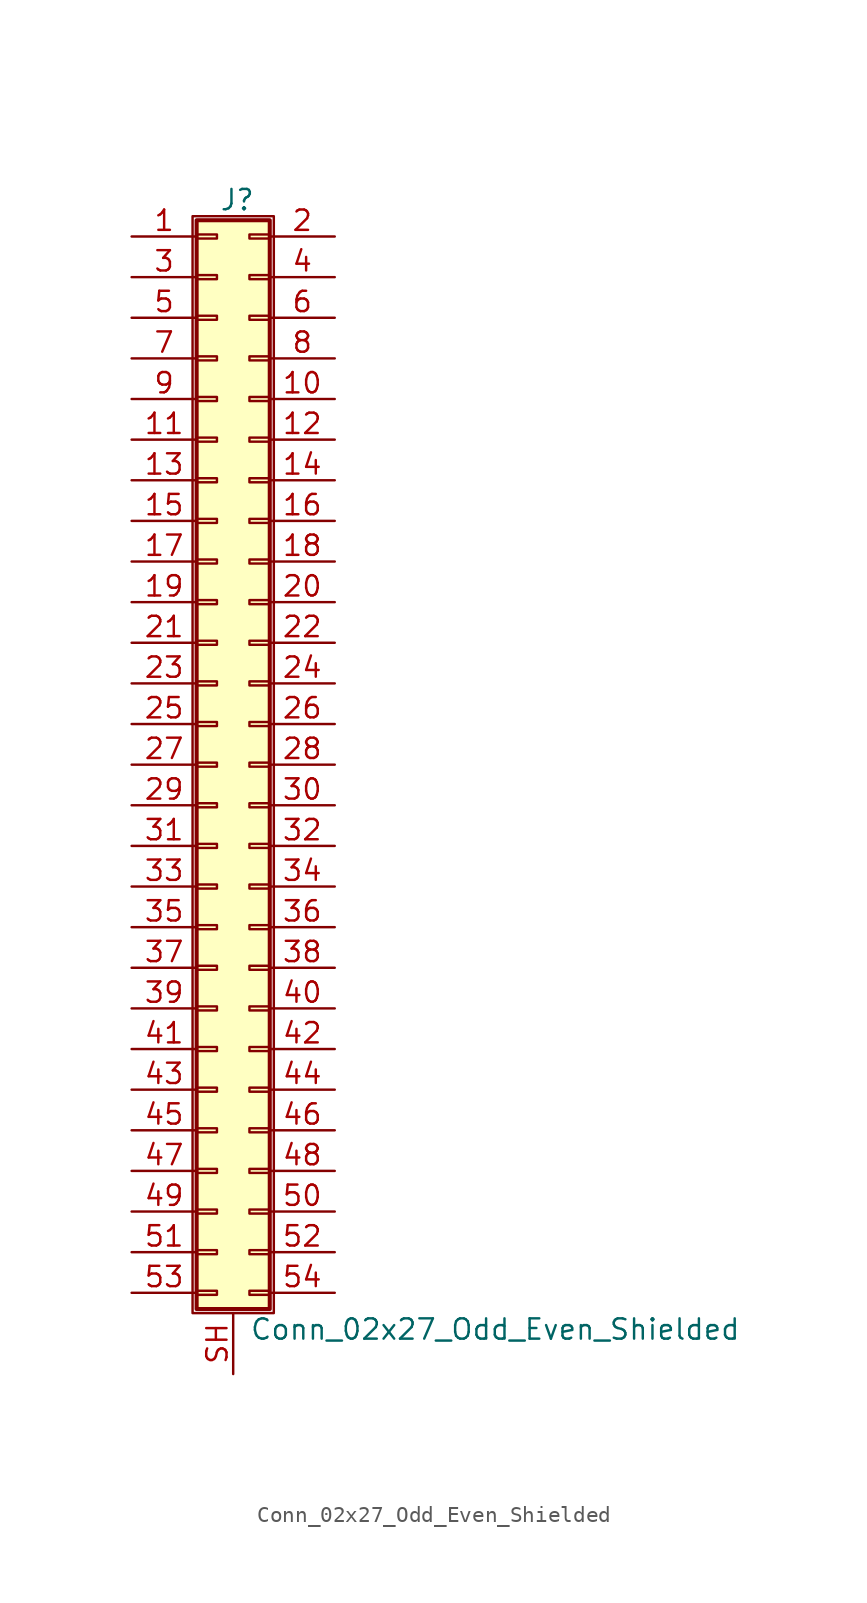
<source format=kicad_sym>
(kicad_symbol_lib
  (version 20201005)
  (generator kicad_symbol_editor)
  (symbol "Connector_Generic_Shielded:Conn_02x27_Odd_Even_Shielded"
    (pin_names
      (offset 1.016) hide)
    (property "Reference" "J"
      (at 1.524 35.306 0)
      (effects (font (size 1.27 1.27))))
    (property "Value" "Conn_02x27_Odd_Even_Shielded"
      (at 2.286 -35.306 0)
      (effects (font (size 1.27 1.27)) (justify left)))
    (symbol "Conn_02x27_Odd_Even_Shielded_1_1"
      (rectangle (start -1.016 -27.813) (end 0.254 -28.067) (stroke (width 0.152)) (fill (type none)))
      (rectangle (start -1.016 -30.353) (end 0.254 -30.607) (stroke (width 0.152)) (fill (type none)))
      (rectangle (start -1.016 -32.893) (end 0.254 -33.147) (stroke (width 0.152)) (fill (type none)))
      (rectangle (start -1.016 -4.953) (end 0.254 -5.207) (stroke (width 0.152)) (fill (type none)))
      (rectangle (start -1.016 -7.493) (end 0.254 -7.747) (stroke (width 0.152)) (fill (type none)))
      (rectangle (start -1.016 -10.033) (end 0.254 -10.287) (stroke (width 0.152)) (fill (type none)))
      (rectangle (start -1.016 -12.573) (end 0.254 -12.827) (stroke (width 0.152)) (fill (type none)))
      (rectangle (start -1.016 -15.113) (end 0.254 -15.367) (stroke (width 0.152)) (fill (type none)))
      (rectangle (start -1.016 -17.653) (end 0.254 -17.907) (stroke (width 0.152)) (fill (type none)))
      (rectangle (start -1.016 -20.193) (end 0.254 -20.447) (stroke (width 0.152)) (fill (type none)))
      (rectangle (start -1.016 -22.733) (end 0.254 -22.987) (stroke (width 0.152)) (fill (type none)))
      (rectangle (start -1.016 -2.413) (end 0.254 -2.667) (stroke (width 0.152)) (fill (type none)))
      (rectangle (start -1.016 -25.273) (end 0.254 -25.527) (stroke (width 0.152)) (fill (type none)))
      (rectangle (start -1.016 25.527) (end 0.254 25.273) (stroke (width 0.152)) (fill (type none)))
      (rectangle (start -1.016 2.667) (end 0.254 2.413) (stroke (width 0.152)) (fill (type none)))
      (rectangle (start -1.016 28.067) (end 0.254 27.813) (stroke (width 0.152)) (fill (type none)))
      (rectangle (start -1.016 30.607) (end 0.254 30.353) (stroke (width 0.152)) (fill (type none)))
      (rectangle (start -1.016 33.147) (end 0.254 32.893) (stroke (width 0.152)) (fill (type none)))
      (rectangle (start -1.016 34.036) (end 3.556 -34.036) (stroke (width 0.254)) (fill (type background)))
      (rectangle (start -1.016 5.207) (end 0.254 4.953) (stroke (width 0.152)) (fill (type none)))
      (rectangle (start -1.016 7.747) (end 0.254 7.493) (stroke (width 0.152)) (fill (type none)))
      (rectangle (start -1.016 10.287) (end 0.254 10.033) (stroke (width 0.152)) (fill (type none)))
      (rectangle (start -1.016 0.127) (end 0.254 -0.127) (stroke (width 0.152)) (fill (type none)))
      (rectangle (start -1.016 12.827) (end 0.254 12.573) (stroke (width 0.152)) (fill (type none)))
      (rectangle (start -1.016 15.367) (end 0.254 15.113) (stroke (width 0.152)) (fill (type none)))
      (rectangle (start -1.016 17.907) (end 0.254 17.653) (stroke (width 0.152)) (fill (type none)))
      (rectangle (start -1.016 20.447) (end 0.254 20.193) (stroke (width 0.152)) (fill (type none)))
      (rectangle (start -1.016 22.987) (end 0.254 22.733) (stroke (width 0.152)) (fill (type none)))
      (rectangle (start -1.27 34.29) (end 3.81 -34.29) (stroke (width 0.152)) (fill (type none)))
      (rectangle (start 3.556 -27.813) (end 2.286 -28.067) (stroke (width 0.152)) (fill (type none)))
      (rectangle (start 3.556 -30.353) (end 2.286 -30.607) (stroke (width 0.152)) (fill (type none)))
      (rectangle (start 3.556 -32.893) (end 2.286 -33.147) (stroke (width 0.152)) (fill (type none)))
      (rectangle (start 3.556 -4.953) (end 2.286 -5.207) (stroke (width 0.152)) (fill (type none)))
      (rectangle (start 3.556 -7.493) (end 2.286 -7.747) (stroke (width 0.152)) (fill (type none)))
      (rectangle (start 3.556 -10.033) (end 2.286 -10.287) (stroke (width 0.152)) (fill (type none)))
      (rectangle (start 3.556 -12.573) (end 2.286 -12.827) (stroke (width 0.152)) (fill (type none)))
      (rectangle (start 3.556 -15.113) (end 2.286 -15.367) (stroke (width 0.152)) (fill (type none)))
      (rectangle (start 3.556 -17.653) (end 2.286 -17.907) (stroke (width 0.152)) (fill (type none)))
      (rectangle (start 3.556 -20.193) (end 2.286 -20.447) (stroke (width 0.152)) (fill (type none)))
      (rectangle (start 3.556 -22.733) (end 2.286 -22.987) (stroke (width 0.152)) (fill (type none)))
      (rectangle (start 3.556 -2.413) (end 2.286 -2.667) (stroke (width 0.152)) (fill (type none)))
      (rectangle (start 3.556 -25.273) (end 2.286 -25.527) (stroke (width 0.152)) (fill (type none)))
      (rectangle (start 3.556 25.527) (end 2.286 25.273) (stroke (width 0.152)) (fill (type none)))
      (rectangle (start 3.556 2.667) (end 2.286 2.413) (stroke (width 0.152)) (fill (type none)))
      (rectangle (start 3.556 28.067) (end 2.286 27.813) (stroke (width 0.152)) (fill (type none)))
      (rectangle (start 3.556 30.607) (end 2.286 30.353) (stroke (width 0.152)) (fill (type none)))
      (rectangle (start 3.556 33.147) (end 2.286 32.893) (stroke (width 0.152)) (fill (type none)))
      (rectangle (start 3.556 5.207) (end 2.286 4.953) (stroke (width 0.152)) (fill (type none)))
      (rectangle (start 3.556 7.747) (end 2.286 7.493) (stroke (width 0.152)) (fill (type none)))
      (rectangle (start 3.556 10.287) (end 2.286 10.033) (stroke (width 0.152)) (fill (type none)))
      (rectangle (start 3.556 0.127) (end 2.286 -0.127) (stroke (width 0.152)) (fill (type none)))
      (rectangle (start 3.556 12.827) (end 2.286 12.573) (stroke (width 0.152)) (fill (type none)))
      (rectangle (start 3.556 15.367) (end 2.286 15.113) (stroke (width 0.152)) (fill (type none)))
      (rectangle (start 3.556 17.907) (end 2.286 17.653) (stroke (width 0.152)) (fill (type none)))
      (rectangle (start 3.556 20.447) (end 2.286 20.193) (stroke (width 0.152)) (fill (type none)))
      (rectangle (start 3.556 22.987) (end 2.286 22.733) (stroke (width 0.152)) (fill (type none)))
      (pin passive line (at -5.08 33.02 0) (length 4.064) (name "Pin_1" (effects (font (size 1.27 1.27)))) (number "1" (effects (font (size 1.27 1.27)))))
      (pin passive line (at 7.62 22.86 180) (length 4.064) (name "Pin_10" (effects (font (size 1.27 1.27)))) (number "10" (effects (font (size 1.27 1.27)))))
      (pin passive line (at -5.08 20.32 0) (length 4.064) (name "Pin_11" (effects (font (size 1.27 1.27)))) (number "11" (effects (font (size 1.27 1.27)))))
      (pin passive line (at 7.62 20.32 180) (length 4.064) (name "Pin_12" (effects (font (size 1.27 1.27)))) (number "12" (effects (font (size 1.27 1.27)))))
      (pin passive line (at -5.08 17.78 0) (length 4.064) (name "Pin_13" (effects (font (size 1.27 1.27)))) (number "13" (effects (font (size 1.27 1.27)))))
      (pin passive line (at 7.62 17.78 180) (length 4.064) (name "Pin_14" (effects (font (size 1.27 1.27)))) (number "14" (effects (font (size 1.27 1.27)))))
      (pin passive line (at -5.08 15.24 0) (length 4.064) (name "Pin_15" (effects (font (size 1.27 1.27)))) (number "15" (effects (font (size 1.27 1.27)))))
      (pin passive line (at 7.62 15.24 180) (length 4.064) (name "Pin_16" (effects (font (size 1.27 1.27)))) (number "16" (effects (font (size 1.27 1.27)))))
      (pin passive line (at -5.08 12.7 0) (length 4.064) (name "Pin_17" (effects (font (size 1.27 1.27)))) (number "17" (effects (font (size 1.27 1.27)))))
      (pin passive line (at 7.62 12.7 180) (length 4.064) (name "Pin_18" (effects (font (size 1.27 1.27)))) (number "18" (effects (font (size 1.27 1.27)))))
      (pin passive line (at -5.08 10.16 0) (length 4.064) (name "Pin_19" (effects (font (size 1.27 1.27)))) (number "19" (effects (font (size 1.27 1.27)))))
      (pin passive line (at 7.62 33.02 180) (length 4.064) (name "Pin_2" (effects (font (size 1.27 1.27)))) (number "2" (effects (font (size 1.27 1.27)))))
      (pin passive line (at 7.62 10.16 180) (length 4.064) (name "Pin_20" (effects (font (size 1.27 1.27)))) (number "20" (effects (font (size 1.27 1.27)))))
      (pin passive line (at -5.08 7.62 0) (length 4.064) (name "Pin_21" (effects (font (size 1.27 1.27)))) (number "21" (effects (font (size 1.27 1.27)))))
      (pin passive line (at 7.62 7.62 180) (length 4.064) (name "Pin_22" (effects (font (size 1.27 1.27)))) (number "22" (effects (font (size 1.27 1.27)))))
      (pin passive line (at -5.08 5.08 0) (length 4.064) (name "Pin_23" (effects (font (size 1.27 1.27)))) (number "23" (effects (font (size 1.27 1.27)))))
      (pin passive line (at 7.62 5.08 180) (length 4.064) (name "Pin_24" (effects (font (size 1.27 1.27)))) (number "24" (effects (font (size 1.27 1.27)))))
      (pin passive line (at -5.08 2.54 0) (length 4.064) (name "Pin_25" (effects (font (size 1.27 1.27)))) (number "25" (effects (font (size 1.27 1.27)))))
      (pin passive line (at 7.62 2.54 180) (length 4.064) (name "Pin_26" (effects (font (size 1.27 1.27)))) (number "26" (effects (font (size 1.27 1.27)))))
      (pin passive line (at -5.08 0 0) (length 4.064) (name "Pin_27" (effects (font (size 1.27 1.27)))) (number "27" (effects (font (size 1.27 1.27)))))
      (pin passive line (at 7.62 0 180) (length 4.064) (name "Pin_28" (effects (font (size 1.27 1.27)))) (number "28" (effects (font (size 1.27 1.27)))))
      (pin passive line (at -5.08 -2.54 0) (length 4.064) (name "Pin_29" (effects (font (size 1.27 1.27)))) (number "29" (effects (font (size 1.27 1.27)))))
      (pin passive line (at -5.08 30.48 0) (length 4.064) (name "Pin_3" (effects (font (size 1.27 1.27)))) (number "3" (effects (font (size 1.27 1.27)))))
      (pin passive line (at 7.62 -2.54 180) (length 4.064) (name "Pin_30" (effects (font (size 1.27 1.27)))) (number "30" (effects (font (size 1.27 1.27)))))
      (pin passive line (at -5.08 -5.08 0) (length 4.064) (name "Pin_31" (effects (font (size 1.27 1.27)))) (number "31" (effects (font (size 1.27 1.27)))))
      (pin passive line (at 7.62 -5.08 180) (length 4.064) (name "Pin_32" (effects (font (size 1.27 1.27)))) (number "32" (effects (font (size 1.27 1.27)))))
      (pin passive line (at -5.08 -7.62 0) (length 4.064) (name "Pin_33" (effects (font (size 1.27 1.27)))) (number "33" (effects (font (size 1.27 1.27)))))
      (pin passive line (at 7.62 -7.62 180) (length 4.064) (name "Pin_34" (effects (font (size 1.27 1.27)))) (number "34" (effects (font (size 1.27 1.27)))))
      (pin passive line (at -5.08 -10.16 0) (length 4.064) (name "Pin_35" (effects (font (size 1.27 1.27)))) (number "35" (effects (font (size 1.27 1.27)))))
      (pin passive line (at 7.62 -10.16 180) (length 4.064) (name "Pin_36" (effects (font (size 1.27 1.27)))) (number "36" (effects (font (size 1.27 1.27)))))
      (pin passive line (at -5.08 -12.7 0) (length 4.064) (name "Pin_37" (effects (font (size 1.27 1.27)))) (number "37" (effects (font (size 1.27 1.27)))))
      (pin passive line (at 7.62 -12.7 180) (length 4.064) (name "Pin_38" (effects (font (size 1.27 1.27)))) (number "38" (effects (font (size 1.27 1.27)))))
      (pin passive line (at -5.08 -15.24 0) (length 4.064) (name "Pin_39" (effects (font (size 1.27 1.27)))) (number "39" (effects (font (size 1.27 1.27)))))
      (pin passive line (at 7.62 30.48 180) (length 4.064) (name "Pin_4" (effects (font (size 1.27 1.27)))) (number "4" (effects (font (size 1.27 1.27)))))
      (pin passive line (at 7.62 -15.24 180) (length 4.064) (name "Pin_40" (effects (font (size 1.27 1.27)))) (number "40" (effects (font (size 1.27 1.27)))))
      (pin passive line (at -5.08 -17.78 0) (length 4.064) (name "Pin_41" (effects (font (size 1.27 1.27)))) (number "41" (effects (font (size 1.27 1.27)))))
      (pin passive line (at 7.62 -17.78 180) (length 4.064) (name "Pin_42" (effects (font (size 1.27 1.27)))) (number "42" (effects (font (size 1.27 1.27)))))
      (pin passive line (at -5.08 -20.32 0) (length 4.064) (name "Pin_43" (effects (font (size 1.27 1.27)))) (number "43" (effects (font (size 1.27 1.27)))))
      (pin passive line (at 7.62 -20.32 180) (length 4.064) (name "Pin_44" (effects (font (size 1.27 1.27)))) (number "44" (effects (font (size 1.27 1.27)))))
      (pin passive line (at -5.08 -22.86 0) (length 4.064) (name "Pin_45" (effects (font (size 1.27 1.27)))) (number "45" (effects (font (size 1.27 1.27)))))
      (pin passive line (at 7.62 -22.86 180) (length 4.064) (name "Pin_46" (effects (font (size 1.27 1.27)))) (number "46" (effects (font (size 1.27 1.27)))))
      (pin passive line (at -5.08 -25.4 0) (length 4.064) (name "Pin_47" (effects (font (size 1.27 1.27)))) (number "47" (effects (font (size 1.27 1.27)))))
      (pin passive line (at 7.62 -25.4 180) (length 4.064) (name "Pin_48" (effects (font (size 1.27 1.27)))) (number "48" (effects (font (size 1.27 1.27)))))
      (pin passive line (at -5.08 -27.94 0) (length 4.064) (name "Pin_49" (effects (font (size 1.27 1.27)))) (number "49" (effects (font (size 1.27 1.27)))))
      (pin passive line (at -5.08 27.94 0) (length 4.064) (name "Pin_5" (effects (font (size 1.27 1.27)))) (number "5" (effects (font (size 1.27 1.27)))))
      (pin passive line (at 7.62 -27.94 180) (length 4.064) (name "Pin_50" (effects (font (size 1.27 1.27)))) (number "50" (effects (font (size 1.27 1.27)))))
      (pin passive line (at -5.08 -30.48 0) (length 4.064) (name "Pin_51" (effects (font (size 1.27 1.27)))) (number "51" (effects (font (size 1.27 1.27)))))
      (pin passive line (at 7.62 -30.48 180) (length 4.064) (name "Pin_52" (effects (font (size 1.27 1.27)))) (number "52" (effects (font (size 1.27 1.27)))))
      (pin passive line (at -5.08 -33.02 0) (length 4.064) (name "Pin_53" (effects (font (size 1.27 1.27)))) (number "53" (effects (font (size 1.27 1.27)))))
      (pin passive line (at 7.62 -33.02 180) (length 4.064) (name "Pin_54" (effects (font (size 1.27 1.27)))) (number "54" (effects (font (size 1.27 1.27)))))
      (pin passive line (at 7.62 27.94 180) (length 4.064) (name "Pin_6" (effects (font (size 1.27 1.27)))) (number "6" (effects (font (size 1.27 1.27)))))
      (pin passive line (at -5.08 25.4 0) (length 4.064) (name "Pin_7" (effects (font (size 1.27 1.27)))) (number "7" (effects (font (size 1.27 1.27)))))
      (pin passive line (at 7.62 25.4 180) (length 4.064) (name "Pin_8" (effects (font (size 1.27 1.27)))) (number "8" (effects (font (size 1.27 1.27)))))
      (pin passive line (at -5.08 22.86 0) (length 4.064) (name "Pin_9" (effects (font (size 1.27 1.27)))) (number "9" (effects (font (size 1.27 1.27)))))
      (pin passive line (at 1.27 -38.1 90) (length 3.81) (name "Shield" (effects (font (size 1.27 1.27)))) (number "SH" (effects (font (size 1.27 1.27))))))))
</source>
